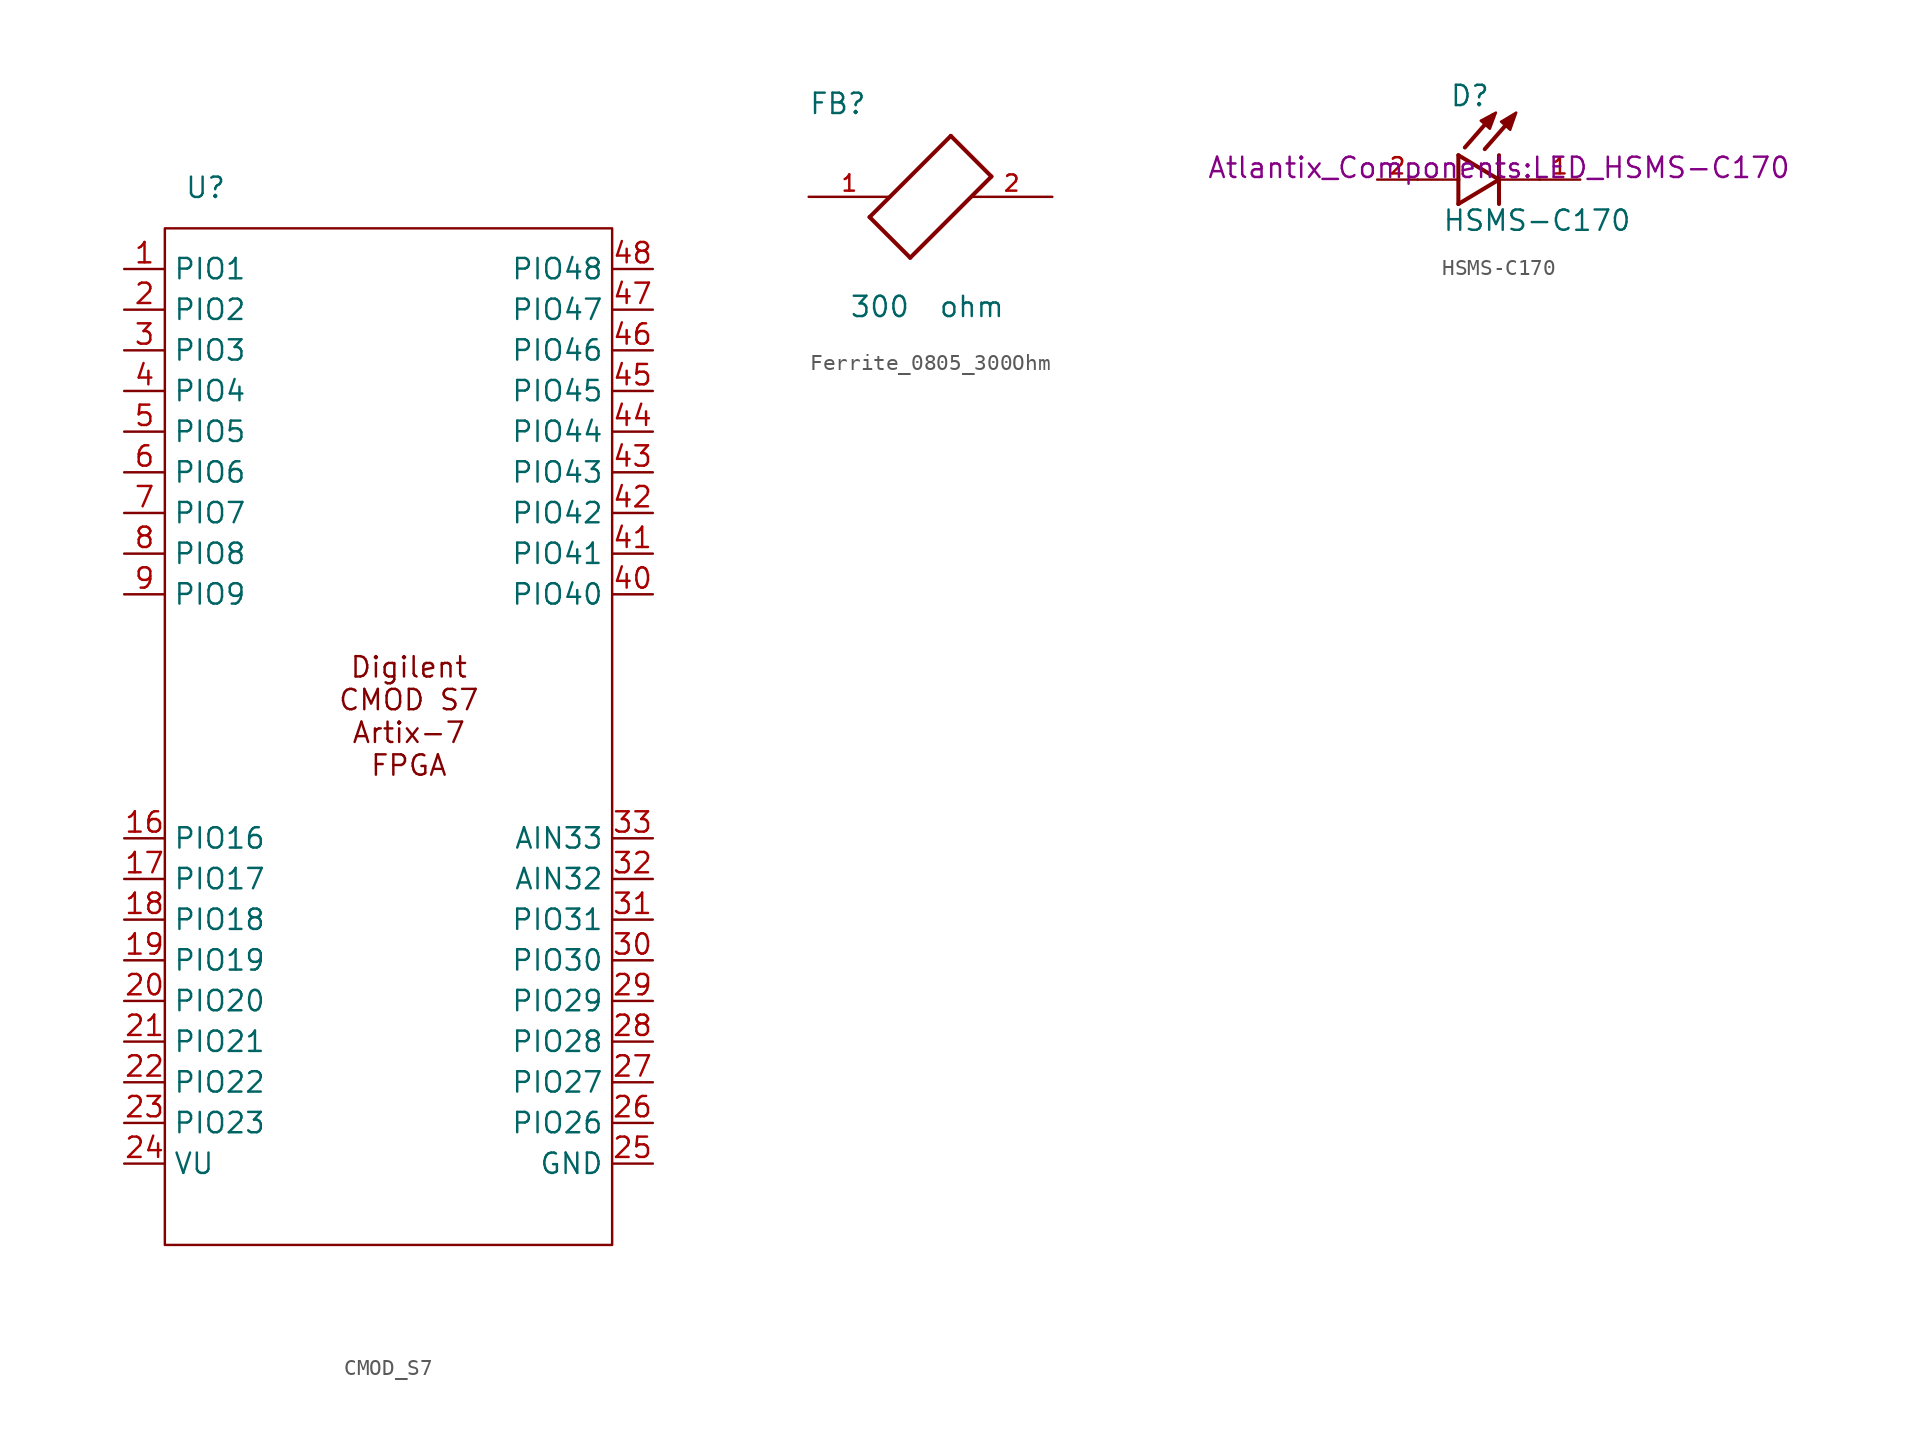
<source format=kicad_sym>
(kicad_symbol_lib
  (version 20231120)
  (generator "kicad_symbol_editor")
  (generator_version "8.0")
  (symbol "CMOD_S7"
    (property "Reference" "U"
      (at 2.54 2.54 0)
      (effects (font (size 1.27 1.27))))
    (property "Value" ""
      (at -2.54 0 0)
      (effects (font (size 1.27 1.27))))
    (symbol "CMOD_S7_0_1"
      (rectangle (start 0 0) (end 27.94 -63.5) (stroke (width 0) (type default)) (fill (type none))))
    (symbol "CMOD_S7_1_1"
      (text "Digilent\nCMOD S7\nArtix-7\nFPGA" (at 15.24 -30.48 0) (effects (font (size 1.27 1.27))))
      (pin bidirectional line (at -2.54 -2.54 0) (length 2.54) (name "PIO1" (effects (font (size 1.27 1.27)))) (number "1" (effects (font (size 1.27 1.27)))))
      (pin bidirectional line (at -2.54 -38.1 0) (length 2.54) (name "PIO16" (effects (font (size 1.27 1.27)))) (number "16" (effects (font (size 1.27 1.27)))))
      (pin bidirectional line (at -2.54 -40.64 0) (length 2.54) (name "PIO17" (effects (font (size 1.27 1.27)))) (number "17" (effects (font (size 1.27 1.27)))))
      (pin bidirectional line (at -2.54 -43.18 0) (length 2.54) (name "PIO18" (effects (font (size 1.27 1.27)))) (number "18" (effects (font (size 1.27 1.27)))))
      (pin bidirectional line (at -2.54 -45.72 0) (length 2.54) (name "PIO19" (effects (font (size 1.27 1.27)))) (number "19" (effects (font (size 1.27 1.27)))))
      (pin bidirectional line (at -2.54 -5.08 0) (length 2.54) (name "PIO2" (effects (font (size 1.27 1.27)))) (number "2" (effects (font (size 1.27 1.27)))))
      (pin bidirectional line (at -2.54 -48.26 0) (length 2.54) (name "PIO20" (effects (font (size 1.27 1.27)))) (number "20" (effects (font (size 1.27 1.27)))))
      (pin bidirectional line (at -2.54 -50.8 0) (length 2.54) (name "PIO21" (effects (font (size 1.27 1.27)))) (number "21" (effects (font (size 1.27 1.27)))))
      (pin bidirectional line (at -2.54 -53.34 0) (length 2.54) (name "PIO22" (effects (font (size 1.27 1.27)))) (number "22" (effects (font (size 1.27 1.27)))))
      (pin bidirectional line (at -2.54 -55.88 0) (length 2.54) (name "PIO23" (effects (font (size 1.27 1.27)))) (number "23" (effects (font (size 1.27 1.27)))))
      (pin power_out line (at -2.54 -58.42 0) (length 2.54) (name "VU" (effects (font (size 1.27 1.27)))) (number "24" (effects (font (size 1.27 1.27)))))
      (pin bidirectional line (at 30.48 -58.42 180) (length 2.54) (name "GND" (effects (font (size 1.27 1.27)))) (number "25" (effects (font (size 1.27 1.27)))))
      (pin bidirectional line (at 30.48 -55.88 180) (length 2.54) (name "PIO26" (effects (font (size 1.27 1.27)))) (number "26" (effects (font (size 1.27 1.27)))))
      (pin bidirectional line (at 30.48 -53.34 180) (length 2.54) (name "PIO27" (effects (font (size 1.27 1.27)))) (number "27" (effects (font (size 1.27 1.27)))))
      (pin bidirectional line (at 30.48 -50.8 180) (length 2.54) (name "PIO28" (effects (font (size 1.27 1.27)))) (number "28" (effects (font (size 1.27 1.27)))))
      (pin bidirectional line (at 30.48 -48.26 180) (length 2.54) (name "PIO29" (effects (font (size 1.27 1.27)))) (number "29" (effects (font (size 1.27 1.27)))))
      (pin bidirectional line (at -2.54 -7.62 0) (length 2.54) (name "PIO3" (effects (font (size 1.27 1.27)))) (number "3" (effects (font (size 1.27 1.27)))))
      (pin bidirectional line (at 30.48 -45.72 180) (length 2.54) (name "PIO30" (effects (font (size 1.27 1.27)))) (number "30" (effects (font (size 1.27 1.27)))))
      (pin bidirectional line (at 30.48 -43.18 180) (length 2.54) (name "PIO31" (effects (font (size 1.27 1.27)))) (number "31" (effects (font (size 1.27 1.27)))))
      (pin bidirectional line (at 30.48 -40.64 180) (length 2.54) (name "AIN32" (effects (font (size 1.27 1.27)))) (number "32" (effects (font (size 1.27 1.27)))))
      (pin bidirectional line (at 30.48 -38.1 180) (length 2.54) (name "AIN33" (effects (font (size 1.27 1.27)))) (number "33" (effects (font (size 1.27 1.27)))))
      (pin bidirectional line (at -2.54 -10.16 0) (length 2.54) (name "PIO4" (effects (font (size 1.27 1.27)))) (number "4" (effects (font (size 1.27 1.27)))))
      (pin bidirectional line (at 30.48 -22.86 180) (length 2.54) (name "PIO40" (effects (font (size 1.27 1.27)))) (number "40" (effects (font (size 1.27 1.27)))))
      (pin bidirectional line (at 30.48 -20.32 180) (length 2.54) (name "PIO41" (effects (font (size 1.27 1.27)))) (number "41" (effects (font (size 1.27 1.27)))))
      (pin bidirectional line (at 30.48 -17.78 180) (length 2.54) (name "PIO42" (effects (font (size 1.27 1.27)))) (number "42" (effects (font (size 1.27 1.27)))))
      (pin bidirectional line (at 30.48 -15.24 180) (length 2.54) (name "PIO43" (effects (font (size 1.27 1.27)))) (number "43" (effects (font (size 1.27 1.27)))))
      (pin bidirectional line (at 30.48 -12.7 180) (length 2.54) (name "PIO44" (effects (font (size 1.27 1.27)))) (number "44" (effects (font (size 1.27 1.27)))))
      (pin bidirectional line (at 30.48 -10.16 180) (length 2.54) (name "PIO45" (effects (font (size 1.27 1.27)))) (number "45" (effects (font (size 1.27 1.27)))))
      (pin bidirectional line (at 30.48 -7.62 180) (length 2.54) (name "PIO46" (effects (font (size 1.27 1.27)))) (number "46" (effects (font (size 1.27 1.27)))))
      (pin bidirectional line (at 30.48 -5.08 180) (length 2.54) (name "PIO47" (effects (font (size 1.27 1.27)))) (number "47" (effects (font (size 1.27 1.27)))))
      (pin bidirectional line (at 30.48 -2.54 180) (length 2.54) (name "PIO48" (effects (font (size 1.27 1.27)))) (number "48" (effects (font (size 1.27 1.27)))))
      (pin bidirectional line (at -2.54 -12.7 0) (length 2.54) (name "PIO5" (effects (font (size 1.27 1.27)))) (number "5" (effects (font (size 1.27 1.27)))))
      (pin bidirectional line (at -2.54 -15.24 0) (length 2.54) (name "PIO6" (effects (font (size 1.27 1.27)))) (number "6" (effects (font (size 1.27 1.27)))))
      (pin bidirectional line (at -2.54 -17.78 0) (length 2.54) (name "PIO7" (effects (font (size 1.27 1.27)))) (number "7" (effects (font (size 1.27 1.27)))))
      (pin bidirectional line (at -2.54 -20.32 0) (length 2.54) (name "PIO8" (effects (font (size 1.27 1.27)))) (number "8" (effects (font (size 1.27 1.27)))))
      (pin bidirectional line (at -2.54 -22.86 0) (length 2.54) (name "PIO9" (effects (font (size 1.27 1.27)))) (number "9" (effects (font (size 1.27 1.27)))))))
  (symbol "Ferrite_0805_300Ohm"
    (pin_names
      (offset 1.016))
    (property "Reference" "FB"
      (at -7.624 5.082 0)
      (effects (font (size 1.27 1.27)) (justify left bottom)))
    (property "Value" "300  ohm"
      (at -5.08 -7.62 0)
      (effects (font (size 1.27 1.27)) (justify left bottom)))
    (symbol "Ferrite_0805_300Ohm_0_0"
      (polyline (pts (xy -3.81 -1.27) (xy -1.27 -3.81)) (stroke (width 0.254) (type default)) (fill (type none)))
      (polyline (pts (xy -1.27 -3.81) (xy 3.81 1.27)) (stroke (width 0.254) (type default)) (fill (type none)))
      (polyline (pts (xy 1.27 3.81) (xy -3.81 -1.27)) (stroke (width 0.254) (type default)) (fill (type none)))
      (polyline (pts (xy 3.81 1.27) (xy 1.27 3.81)) (stroke (width 0.254) (type default)) (fill (type none)))
      (pin passive line (at -7.62 0 0) (length 5.08) (name "~" (effects (font (size 1.016 1.016)))) (number "1" (effects (font (size 1.016 1.016)))))
      (pin passive line (at 7.62 0 180) (length 5.08) (name "~" (effects (font (size 1.016 1.016)))) (number "2" (effects (font (size 1.016 1.016)))))))
  (symbol "HSMS-C170"
    (pin_names
      (offset 1.016))
    (property "Reference" "D"
      (at -3.099 4.496 0)
      (effects (font (size 1.27 1.27)) (justify left bottom)))
    (property "Value" "HSMS-C170"
      (at -3.556 -3.302 0)
      (effects (font (size 1.27 1.27)) (justify left bottom)))
    (property "Footprint" "Atlantix_Components:LED_HSMS-C170"
      (at 0 0 0)
      (effects (font (size 1.27 1.27)) (justify bottom)))
    (symbol "HSMS-C170_0_0"
      (polyline (pts (xy -2.54 -1.524) (xy 0 0)) (stroke (width 0.254) (type default)) (fill (type none)))
      (polyline (pts (xy -2.54 0) (xy -5.08 0)) (stroke (width 0.152) (type default)) (fill (type none)))
      (polyline (pts (xy -2.54 0) (xy -2.54 -1.524)) (stroke (width 0.254) (type default)) (fill (type none)))
      (polyline (pts (xy -2.54 1.524) (xy -2.54 0)) (stroke (width 0.254) (type default)) (fill (type none)))
      (polyline (pts (xy -0.356 4.039) (xy -2.134 2.007)) (stroke (width 0.254) (type default)) (fill (type none)))
      (polyline (pts (xy 0 0) (xy -2.54 1.524)) (stroke (width 0.254) (type default)) (fill (type none)))
      (polyline (pts (xy 0 0) (xy 0 -1.524)) (stroke (width 0.254) (type default)) (fill (type none)))
      (polyline (pts (xy 0 1.524) (xy 0 0)) (stroke (width 0.254) (type default)) (fill (type none)))
      (polyline (pts (xy 0.889 3.937) (xy -0.889 1.905)) (stroke (width 0.254) (type default)) (fill (type none)))
      (polyline (pts (xy 2.54 0) (xy 0 0)) (stroke (width 0.152) (type default)) (fill (type none)))
      (polyline (pts (xy -1.143 3.683) (xy -0.572 3.175) (xy -0.191 4.191) (xy -1.143 3.683)) (stroke (width 0.152) (type default)) (fill (type outline)))
      (polyline (pts (xy 0.127 3.619) (xy 0.699 3.111) (xy 1.079 4.191) (xy 0.127 3.619)) (stroke (width 0.152) (type default)) (fill (type outline)))
      (pin passive line (at 5.08 0 180) (length 2.54) (name "~" (effects (font (size 1.016 1.016)))) (number "1" (effects (font (size 1.016 1.016)))))
      (pin passive line (at -7.62 0 0) (length 2.54) (name "~" (effects (font (size 1.016 1.016)))) (number "2" (effects (font (size 1.016 1.016))))))))
</source>
